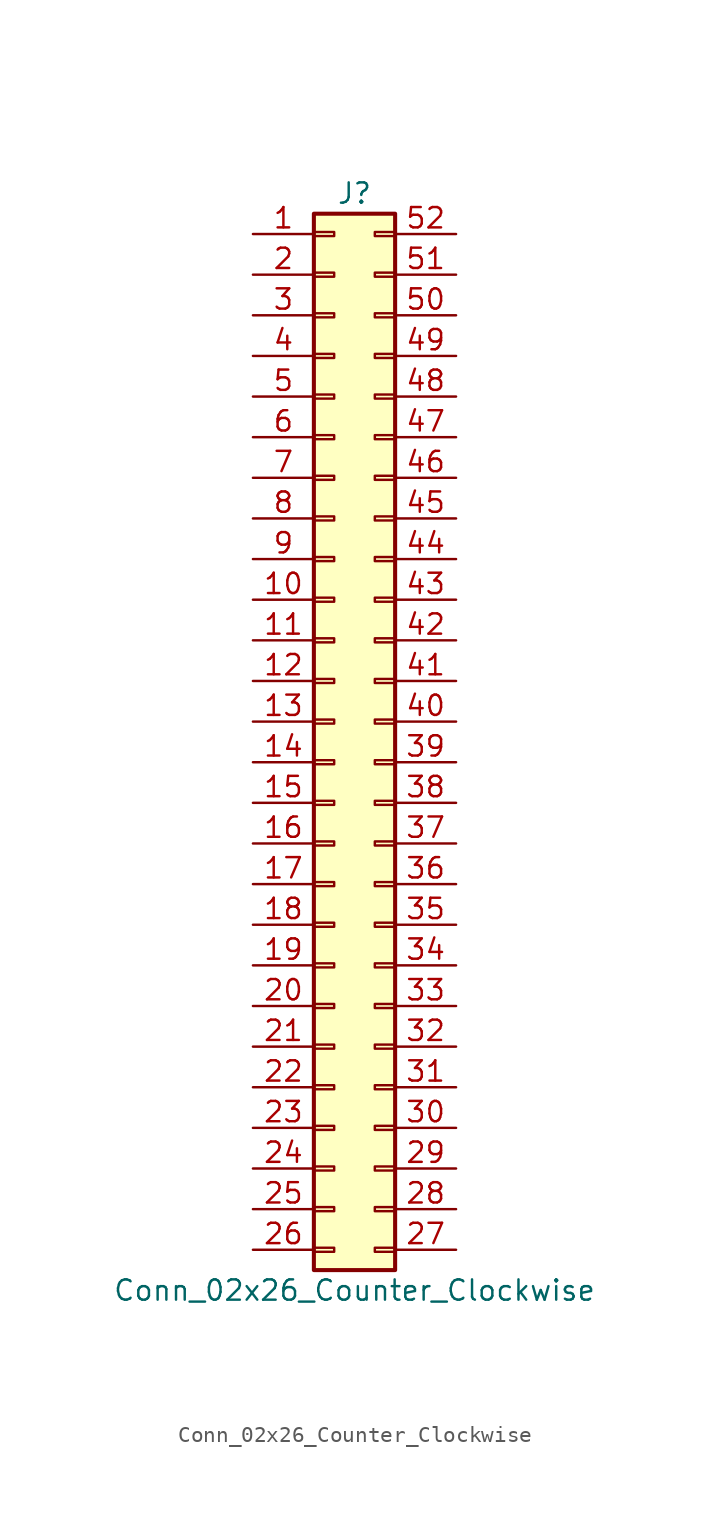
<source format=kicad_sym>
(kicad_symbol_lib
  (version 20201005)
  (generator kicad_symbol_editor)
  (symbol "Conn_02x26_Counter_Clockwise"
    (pin_names
      (offset 1.016) hide)
    (property "Reference" "J"
      (at 1.27 33.02 0)
      (effects (font (size 1.27 1.27))))
    (property "Value" "Conn_02x26_Counter_Clockwise"
      (at 1.27 -35.56 0)
      (effects (font (size 1.27 1.27))))
    (symbol "Conn_02x26_Counter_Clockwise_1_1"
      (rectangle (start -1.27 -32.893) (end 0 -33.147) (stroke (width 0.152)) (fill (type none)))
      (rectangle (start -1.27 -30.353) (end 0 -30.607) (stroke (width 0.152)) (fill (type none)))
      (rectangle (start -1.27 -27.813) (end 0 -28.067) (stroke (width 0.152)) (fill (type none)))
      (rectangle (start -1.27 -25.273) (end 0 -25.527) (stroke (width 0.152)) (fill (type none)))
      (rectangle (start -1.27 -22.733) (end 0 -22.987) (stroke (width 0.152)) (fill (type none)))
      (rectangle (start -1.27 -20.193) (end 0 -20.447) (stroke (width 0.152)) (fill (type none)))
      (rectangle (start -1.27 -17.653) (end 0 -17.907) (stroke (width 0.152)) (fill (type none)))
      (rectangle (start -1.27 -15.113) (end 0 -15.367) (stroke (width 0.152)) (fill (type none)))
      (rectangle (start -1.27 -12.573) (end 0 -12.827) (stroke (width 0.152)) (fill (type none)))
      (rectangle (start -1.27 -10.033) (end 0 -10.287) (stroke (width 0.152)) (fill (type none)))
      (rectangle (start -1.27 -7.493) (end 0 -7.747) (stroke (width 0.152)) (fill (type none)))
      (rectangle (start -1.27 -4.953) (end 0 -5.207) (stroke (width 0.152)) (fill (type none)))
      (rectangle (start -1.27 -2.413) (end 0 -2.667) (stroke (width 0.152)) (fill (type none)))
      (rectangle (start -1.27 0.127) (end 0 -0.127) (stroke (width 0.152)) (fill (type none)))
      (rectangle (start -1.27 2.667) (end 0 2.413) (stroke (width 0.152)) (fill (type none)))
      (rectangle (start -1.27 5.207) (end 0 4.953) (stroke (width 0.152)) (fill (type none)))
      (rectangle (start -1.27 7.747) (end 0 7.493) (stroke (width 0.152)) (fill (type none)))
      (rectangle (start -1.27 10.287) (end 0 10.033) (stroke (width 0.152)) (fill (type none)))
      (rectangle (start -1.27 12.827) (end 0 12.573) (stroke (width 0.152)) (fill (type none)))
      (rectangle (start -1.27 15.367) (end 0 15.113) (stroke (width 0.152)) (fill (type none)))
      (rectangle (start -1.27 17.907) (end 0 17.653) (stroke (width 0.152)) (fill (type none)))
      (rectangle (start -1.27 20.447) (end 0 20.193) (stroke (width 0.152)) (fill (type none)))
      (rectangle (start -1.27 22.987) (end 0 22.733) (stroke (width 0.152)) (fill (type none)))
      (rectangle (start -1.27 25.527) (end 0 25.273) (stroke (width 0.152)) (fill (type none)))
      (rectangle (start -1.27 28.067) (end 0 27.813) (stroke (width 0.152)) (fill (type none)))
      (rectangle (start -1.27 30.607) (end 0 30.353) (stroke (width 0.152)) (fill (type none)))
      (rectangle (start -1.27 31.75) (end 3.81 -34.29) (stroke (width 0.254)) (fill (type background)))
      (rectangle (start 3.81 -32.893) (end 2.54 -33.147) (stroke (width 0.152)) (fill (type none)))
      (rectangle (start 3.81 -30.353) (end 2.54 -30.607) (stroke (width 0.152)) (fill (type none)))
      (rectangle (start 3.81 -27.813) (end 2.54 -28.067) (stroke (width 0.152)) (fill (type none)))
      (rectangle (start 3.81 -25.273) (end 2.54 -25.527) (stroke (width 0.152)) (fill (type none)))
      (rectangle (start 3.81 -22.733) (end 2.54 -22.987) (stroke (width 0.152)) (fill (type none)))
      (rectangle (start 3.81 -20.193) (end 2.54 -20.447) (stroke (width 0.152)) (fill (type none)))
      (rectangle (start 3.81 -17.653) (end 2.54 -17.907) (stroke (width 0.152)) (fill (type none)))
      (rectangle (start 3.81 -15.113) (end 2.54 -15.367) (stroke (width 0.152)) (fill (type none)))
      (rectangle (start 3.81 -12.573) (end 2.54 -12.827) (stroke (width 0.152)) (fill (type none)))
      (rectangle (start 3.81 -10.033) (end 2.54 -10.287) (stroke (width 0.152)) (fill (type none)))
      (rectangle (start 3.81 -7.493) (end 2.54 -7.747) (stroke (width 0.152)) (fill (type none)))
      (rectangle (start 3.81 -4.953) (end 2.54 -5.207) (stroke (width 0.152)) (fill (type none)))
      (rectangle (start 3.81 -2.413) (end 2.54 -2.667) (stroke (width 0.152)) (fill (type none)))
      (rectangle (start 3.81 0.127) (end 2.54 -0.127) (stroke (width 0.152)) (fill (type none)))
      (rectangle (start 3.81 2.667) (end 2.54 2.413) (stroke (width 0.152)) (fill (type none)))
      (rectangle (start 3.81 5.207) (end 2.54 4.953) (stroke (width 0.152)) (fill (type none)))
      (rectangle (start 3.81 7.747) (end 2.54 7.493) (stroke (width 0.152)) (fill (type none)))
      (rectangle (start 3.81 10.287) (end 2.54 10.033) (stroke (width 0.152)) (fill (type none)))
      (rectangle (start 3.81 12.827) (end 2.54 12.573) (stroke (width 0.152)) (fill (type none)))
      (rectangle (start 3.81 15.367) (end 2.54 15.113) (stroke (width 0.152)) (fill (type none)))
      (rectangle (start 3.81 17.907) (end 2.54 17.653) (stroke (width 0.152)) (fill (type none)))
      (rectangle (start 3.81 20.447) (end 2.54 20.193) (stroke (width 0.152)) (fill (type none)))
      (rectangle (start 3.81 22.987) (end 2.54 22.733) (stroke (width 0.152)) (fill (type none)))
      (rectangle (start 3.81 25.527) (end 2.54 25.273) (stroke (width 0.152)) (fill (type none)))
      (rectangle (start 3.81 28.067) (end 2.54 27.813) (stroke (width 0.152)) (fill (type none)))
      (rectangle (start 3.81 30.607) (end 2.54 30.353) (stroke (width 0.152)) (fill (type none)))
      (pin passive line (at -5.08 30.48 0) (length 3.81) (name "Pin_1" (effects (font (size 1.27 1.27)))) (number "1" (effects (font (size 1.27 1.27)))))
      (pin passive line (at -5.08 7.62 0) (length 3.81) (name "Pin_10" (effects (font (size 1.27 1.27)))) (number "10" (effects (font (size 1.27 1.27)))))
      (pin passive line (at -5.08 5.08 0) (length 3.81) (name "Pin_11" (effects (font (size 1.27 1.27)))) (number "11" (effects (font (size 1.27 1.27)))))
      (pin passive line (at -5.08 2.54 0) (length 3.81) (name "Pin_12" (effects (font (size 1.27 1.27)))) (number "12" (effects (font (size 1.27 1.27)))))
      (pin passive line (at -5.08 0 0) (length 3.81) (name "Pin_13" (effects (font (size 1.27 1.27)))) (number "13" (effects (font (size 1.27 1.27)))))
      (pin passive line (at -5.08 -2.54 0) (length 3.81) (name "Pin_14" (effects (font (size 1.27 1.27)))) (number "14" (effects (font (size 1.27 1.27)))))
      (pin passive line (at -5.08 -5.08 0) (length 3.81) (name "Pin_15" (effects (font (size 1.27 1.27)))) (number "15" (effects (font (size 1.27 1.27)))))
      (pin passive line (at -5.08 -7.62 0) (length 3.81) (name "Pin_16" (effects (font (size 1.27 1.27)))) (number "16" (effects (font (size 1.27 1.27)))))
      (pin passive line (at -5.08 -10.16 0) (length 3.81) (name "Pin_17" (effects (font (size 1.27 1.27)))) (number "17" (effects (font (size 1.27 1.27)))))
      (pin passive line (at -5.08 -12.7 0) (length 3.81) (name "Pin_18" (effects (font (size 1.27 1.27)))) (number "18" (effects (font (size 1.27 1.27)))))
      (pin passive line (at -5.08 -15.24 0) (length 3.81) (name "Pin_19" (effects (font (size 1.27 1.27)))) (number "19" (effects (font (size 1.27 1.27)))))
      (pin passive line (at -5.08 27.94 0) (length 3.81) (name "Pin_2" (effects (font (size 1.27 1.27)))) (number "2" (effects (font (size 1.27 1.27)))))
      (pin passive line (at -5.08 -17.78 0) (length 3.81) (name "Pin_20" (effects (font (size 1.27 1.27)))) (number "20" (effects (font (size 1.27 1.27)))))
      (pin passive line (at -5.08 -20.32 0) (length 3.81) (name "Pin_21" (effects (font (size 1.27 1.27)))) (number "21" (effects (font (size 1.27 1.27)))))
      (pin passive line (at -5.08 -22.86 0) (length 3.81) (name "Pin_22" (effects (font (size 1.27 1.27)))) (number "22" (effects (font (size 1.27 1.27)))))
      (pin passive line (at -5.08 -25.4 0) (length 3.81) (name "Pin_23" (effects (font (size 1.27 1.27)))) (number "23" (effects (font (size 1.27 1.27)))))
      (pin passive line (at -5.08 -27.94 0) (length 3.81) (name "Pin_24" (effects (font (size 1.27 1.27)))) (number "24" (effects (font (size 1.27 1.27)))))
      (pin passive line (at -5.08 -30.48 0) (length 3.81) (name "Pin_25" (effects (font (size 1.27 1.27)))) (number "25" (effects (font (size 1.27 1.27)))))
      (pin passive line (at -5.08 -33.02 0) (length 3.81) (name "Pin_26" (effects (font (size 1.27 1.27)))) (number "26" (effects (font (size 1.27 1.27)))))
      (pin passive line (at 7.62 -33.02 180) (length 3.81) (name "Pin_27" (effects (font (size 1.27 1.27)))) (number "27" (effects (font (size 1.27 1.27)))))
      (pin passive line (at 7.62 -30.48 180) (length 3.81) (name "Pin_28" (effects (font (size 1.27 1.27)))) (number "28" (effects (font (size 1.27 1.27)))))
      (pin passive line (at 7.62 -27.94 180) (length 3.81) (name "Pin_29" (effects (font (size 1.27 1.27)))) (number "29" (effects (font (size 1.27 1.27)))))
      (pin passive line (at -5.08 25.4 0) (length 3.81) (name "Pin_3" (effects (font (size 1.27 1.27)))) (number "3" (effects (font (size 1.27 1.27)))))
      (pin passive line (at 7.62 -25.4 180) (length 3.81) (name "Pin_30" (effects (font (size 1.27 1.27)))) (number "30" (effects (font (size 1.27 1.27)))))
      (pin passive line (at 7.62 -22.86 180) (length 3.81) (name "Pin_31" (effects (font (size 1.27 1.27)))) (number "31" (effects (font (size 1.27 1.27)))))
      (pin passive line (at 7.62 -20.32 180) (length 3.81) (name "Pin_32" (effects (font (size 1.27 1.27)))) (number "32" (effects (font (size 1.27 1.27)))))
      (pin passive line (at 7.62 -17.78 180) (length 3.81) (name "Pin_33" (effects (font (size 1.27 1.27)))) (number "33" (effects (font (size 1.27 1.27)))))
      (pin passive line (at 7.62 -15.24 180) (length 3.81) (name "Pin_34" (effects (font (size 1.27 1.27)))) (number "34" (effects (font (size 1.27 1.27)))))
      (pin passive line (at 7.62 -12.7 180) (length 3.81) (name "Pin_35" (effects (font (size 1.27 1.27)))) (number "35" (effects (font (size 1.27 1.27)))))
      (pin passive line (at 7.62 -10.16 180) (length 3.81) (name "Pin_36" (effects (font (size 1.27 1.27)))) (number "36" (effects (font (size 1.27 1.27)))))
      (pin passive line (at 7.62 -7.62 180) (length 3.81) (name "Pin_37" (effects (font (size 1.27 1.27)))) (number "37" (effects (font (size 1.27 1.27)))))
      (pin passive line (at 7.62 -5.08 180) (length 3.81) (name "Pin_38" (effects (font (size 1.27 1.27)))) (number "38" (effects (font (size 1.27 1.27)))))
      (pin passive line (at 7.62 -2.54 180) (length 3.81) (name "Pin_39" (effects (font (size 1.27 1.27)))) (number "39" (effects (font (size 1.27 1.27)))))
      (pin passive line (at -5.08 22.86 0) (length 3.81) (name "Pin_4" (effects (font (size 1.27 1.27)))) (number "4" (effects (font (size 1.27 1.27)))))
      (pin passive line (at 7.62 0 180) (length 3.81) (name "Pin_40" (effects (font (size 1.27 1.27)))) (number "40" (effects (font (size 1.27 1.27)))))
      (pin passive line (at 7.62 2.54 180) (length 3.81) (name "Pin_41" (effects (font (size 1.27 1.27)))) (number "41" (effects (font (size 1.27 1.27)))))
      (pin passive line (at 7.62 5.08 180) (length 3.81) (name "Pin_42" (effects (font (size 1.27 1.27)))) (number "42" (effects (font (size 1.27 1.27)))))
      (pin passive line (at 7.62 7.62 180) (length 3.81) (name "Pin_43" (effects (font (size 1.27 1.27)))) (number "43" (effects (font (size 1.27 1.27)))))
      (pin passive line (at 7.62 10.16 180) (length 3.81) (name "Pin_44" (effects (font (size 1.27 1.27)))) (number "44" (effects (font (size 1.27 1.27)))))
      (pin passive line (at 7.62 12.7 180) (length 3.81) (name "Pin_45" (effects (font (size 1.27 1.27)))) (number "45" (effects (font (size 1.27 1.27)))))
      (pin passive line (at 7.62 15.24 180) (length 3.81) (name "Pin_46" (effects (font (size 1.27 1.27)))) (number "46" (effects (font (size 1.27 1.27)))))
      (pin passive line (at 7.62 17.78 180) (length 3.81) (name "Pin_47" (effects (font (size 1.27 1.27)))) (number "47" (effects (font (size 1.27 1.27)))))
      (pin passive line (at 7.62 20.32 180) (length 3.81) (name "Pin_48" (effects (font (size 1.27 1.27)))) (number "48" (effects (font (size 1.27 1.27)))))
      (pin passive line (at 7.62 22.86 180) (length 3.81) (name "Pin_49" (effects (font (size 1.27 1.27)))) (number "49" (effects (font (size 1.27 1.27)))))
      (pin passive line (at -5.08 20.32 0) (length 3.81) (name "Pin_5" (effects (font (size 1.27 1.27)))) (number "5" (effects (font (size 1.27 1.27)))))
      (pin passive line (at 7.62 25.4 180) (length 3.81) (name "Pin_50" (effects (font (size 1.27 1.27)))) (number "50" (effects (font (size 1.27 1.27)))))
      (pin passive line (at 7.62 27.94 180) (length 3.81) (name "Pin_51" (effects (font (size 1.27 1.27)))) (number "51" (effects (font (size 1.27 1.27)))))
      (pin passive line (at 7.62 30.48 180) (length 3.81) (name "Pin_52" (effects (font (size 1.27 1.27)))) (number "52" (effects (font (size 1.27 1.27)))))
      (pin passive line (at -5.08 17.78 0) (length 3.81) (name "Pin_6" (effects (font (size 1.27 1.27)))) (number "6" (effects (font (size 1.27 1.27)))))
      (pin passive line (at -5.08 15.24 0) (length 3.81) (name "Pin_7" (effects (font (size 1.27 1.27)))) (number "7" (effects (font (size 1.27 1.27)))))
      (pin passive line (at -5.08 12.7 0) (length 3.81) (name "Pin_8" (effects (font (size 1.27 1.27)))) (number "8" (effects (font (size 1.27 1.27)))))
      (pin passive line (at -5.08 10.16 0) (length 3.81) (name "Pin_9" (effects (font (size 1.27 1.27)))) (number "9" (effects (font (size 1.27 1.27))))))))
</source>
